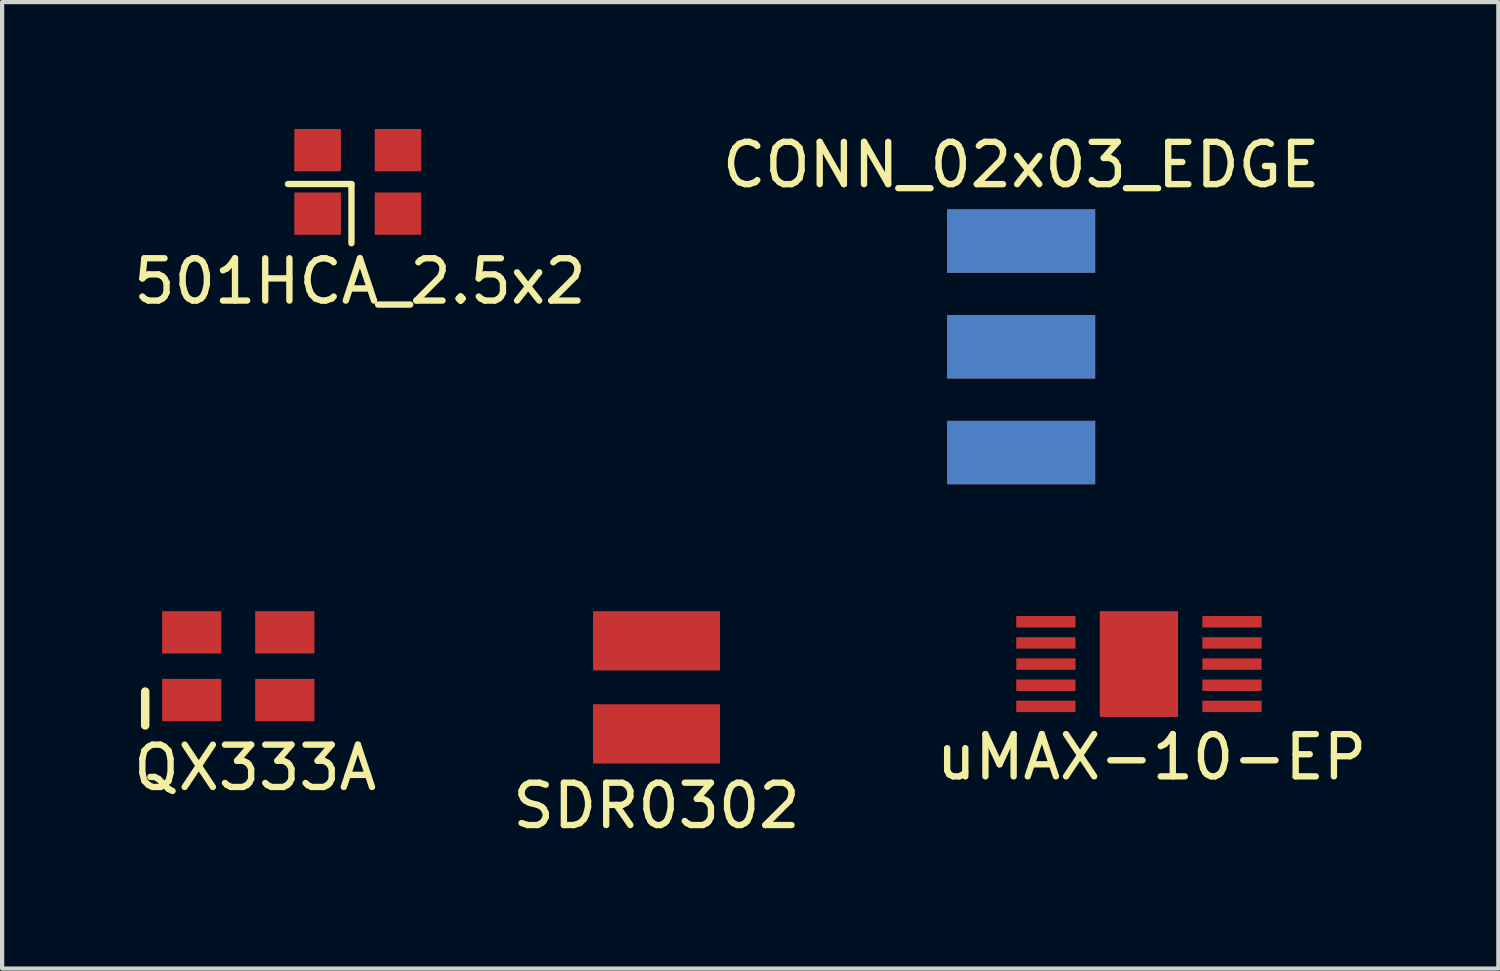
<source format=kicad_pcb>
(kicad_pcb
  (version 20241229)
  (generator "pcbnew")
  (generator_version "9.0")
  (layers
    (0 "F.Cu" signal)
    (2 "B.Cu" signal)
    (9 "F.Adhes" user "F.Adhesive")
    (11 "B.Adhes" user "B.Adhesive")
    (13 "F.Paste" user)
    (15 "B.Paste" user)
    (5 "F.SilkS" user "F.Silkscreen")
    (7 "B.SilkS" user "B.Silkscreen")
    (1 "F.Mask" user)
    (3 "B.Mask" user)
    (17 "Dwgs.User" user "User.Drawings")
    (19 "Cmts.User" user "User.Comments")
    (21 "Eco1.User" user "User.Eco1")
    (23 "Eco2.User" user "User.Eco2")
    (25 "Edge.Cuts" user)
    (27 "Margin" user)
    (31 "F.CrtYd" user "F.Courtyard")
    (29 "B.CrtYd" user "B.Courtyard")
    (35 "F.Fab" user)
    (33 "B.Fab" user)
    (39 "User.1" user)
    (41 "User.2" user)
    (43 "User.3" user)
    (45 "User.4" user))
  (footprint "uMAX-10-EP"
    (layer "F.Cu")
    (at 23.873 12.648)
    (property "Reference" "uMAX-10-EP" (at 0.3 2.2 0) (layer "F.SilkS") (effects (font (size 1 1) (thickness 0.15))))
    (attr through_hole)
    (pad "1" smd rect (at -2.2 -1) (size 1.4 0.27) (layers "F.Cu" "F.Mask" "F.Paste"))
    (pad "2" smd rect (at -2.2 -0.5) (size 1.4 0.27) (layers "F.Cu" "F.Mask" "F.Paste"))
    (pad "3" smd rect (at -2.2 0) (size 1.4 0.27) (layers "F.Cu" "F.Mask" "F.Paste"))
    (pad "4" smd rect (at -2.2 0.5) (size 1.4 0.27) (layers "F.Cu" "F.Mask" "F.Paste"))
    (pad "5" smd rect (at -2.2 1) (size 1.4 0.27) (layers "F.Cu" "F.Mask" "F.Paste"))
    (pad "6" smd rect (at 2.2 1) (size 1.4 0.27) (layers "F.Cu" "F.Mask" "F.Paste"))
    (pad "7" smd rect (at 2.2 0.5) (size 1.4 0.27) (layers "F.Cu" "F.Mask" "F.Paste"))
    (pad "8" smd rect (at 2.2 0) (size 1.4 0.27) (layers "F.Cu" "F.Mask" "F.Paste"))
    (pad "9" smd rect (at 2.2 -0.5) (size 1.4 0.27) (layers "F.Cu" "F.Mask" "F.Paste"))
    (pad "10" smd rect (at 2.2 -1) (size 1.4 0.27) (layers "F.Cu" "F.Mask" "F.Paste"))
    (pad "11" smd rect (at 0 0) (size 1.85 2.5) (layers "F.Cu" "F.Mask" "F.Paste")))
  (footprint "QX333A"
    (layer "F.Cu")
    (at 2.582 12.698)
    (property "Reference" "QX333A" (at 0.4 2.4 0) (layer "F.SilkS") (effects (font (size 1 1) (thickness 0.15))))
    (attr through_hole)
    (fp_line (start -2.2 1.4) (end -2.2 0.6) (stroke (width 0.2) (type solid)) (layer "F.SilkS"))
    (pad "1" smd rect (at -1.1 0.8) (size 1.4 1) (layers "F.Cu" "F.Mask" "F.Paste"))
    (pad "2" smd rect (at 1.1 0.8) (size 1.4 1) (layers "F.Cu" "F.Mask" "F.Paste"))
    (pad "3" smd rect (at 1.1 -0.8) (size 1.4 1) (layers "F.Cu" "F.Mask" "F.Paste"))
    (pad "4" smd rect (at -1.1 -0.8) (size 1.4 1) (layers "F.Cu" "F.Mask" "F.Paste")))
  (footprint "CONN_02x03_EDGE"
    (layer "F.Cu")
    (at 21.089 5.048)
    (property "Reference" "CONN_02x03_EDGE" (at 0 -4.2 0) (layer "F.SilkS") (effects (font (size 1 1) (thickness 0.15))))
    (attr through_hole)
    (pad "1" smd rect (at 0 -2.4) (size 3.5 1.5) (layers "F.Cu" "F.Mask" "F.Paste"))
    (pad "2" smd rect (at 0 -2.4) (size 3.5 1.5) (layers "B.Cu" "B.Mask" "B.Paste"))
    (pad "3" smd rect (at 0 0.1) (size 3.5 1.5) (layers "F.Cu" "F.Mask" "F.Paste"))
    (pad "4" smd rect (at 0 0.1) (size 3.5 1.5) (layers "B.Cu" "B.Mask" "B.Paste"))
    (pad "5" smd rect (at 0 2.6) (size 3.5 1.5) (layers "F.Cu" "F.Mask" "F.Paste"))
    (pad "6" smd rect (at 0 2.6) (size 3.5 1.5) (layers "B.Cu" "B.Mask" "B.Paste")))
  (footprint "501HCA_2.5x2"
    (layer "F.Cu")
    (at 5.458 1.3)
    (property "Reference" "501HCA_2.5x2" (at 0 2.3 0) (layer "F.SilkS") (effects (font (size 1 1) (thickness 0.15))))
    (attr through_hole)
    (fp_line (start -0.2 0) (end -1.7 0) (stroke (width 0.15) (type solid)) (layer "F.SilkS"))
    (fp_line (start -0.2 1.4) (end -0.2 0) (stroke (width 0.15) (type solid)) (layer "F.SilkS"))
    (pad "1" smd rect (at -1 0.7) (size 1.1 1) (layers "F.Cu" "F.Mask" "F.Paste"))
    (pad "2" smd rect (at 0.9 0.7) (size 1.1 1) (layers "F.Cu" "F.Mask" "F.Paste"))
    (pad "3" smd rect (at 0.9 -0.8) (size 1.1 1) (layers "F.Cu" "F.Mask" "F.Paste"))
    (pad "4" smd rect (at -1 -0.8) (size 1.1 1) (layers "F.Cu" "F.Mask" "F.Paste")))
  (footprint "SDR0302"
    (layer "F.Cu")
    (at 12.47 13.198)
    (property "Reference" "SDR0302" (at 0 2.8 0) (layer "F.SilkS") (effects (font (size 1 1) (thickness 0.15))))
    (attr through_hole)
    (pad "1" smd rect (at 0 -1.1) (size 3 1.4) (layers "F.Cu" "F.Mask" "F.Paste"))
    (pad "2" smd rect (at 0 1.1) (size 3 1.4) (layers "F.Cu" "F.Mask" "F.Paste")))
  (gr_rect
    (start -3 -3)
    (end 32.369 19.846)
    (stroke (width 0.1) (type default))
    (fill no)
    (layer "Edge.Cuts")))
</source>
